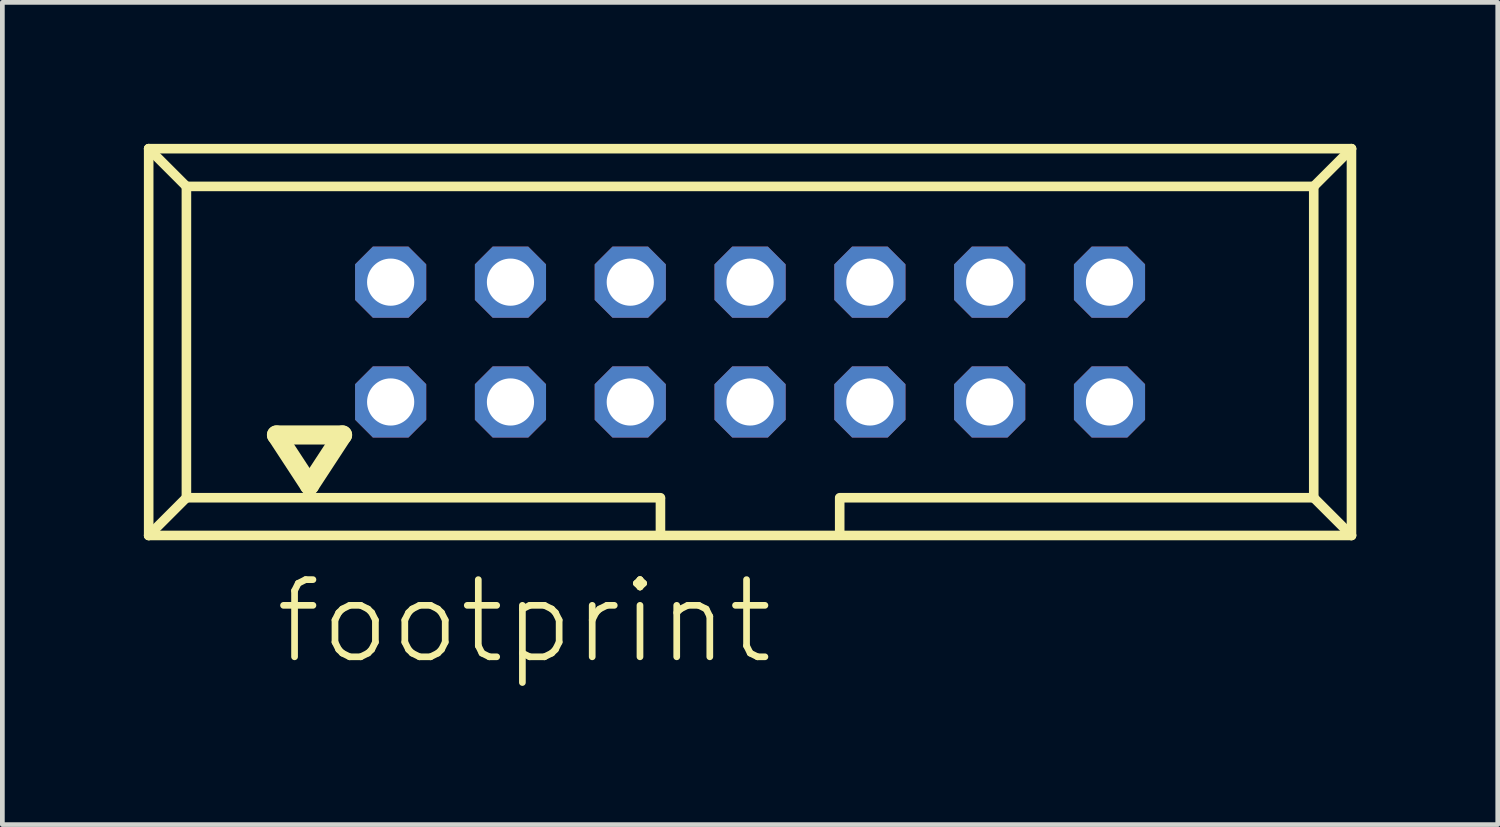
<source format=kicad_pcb>
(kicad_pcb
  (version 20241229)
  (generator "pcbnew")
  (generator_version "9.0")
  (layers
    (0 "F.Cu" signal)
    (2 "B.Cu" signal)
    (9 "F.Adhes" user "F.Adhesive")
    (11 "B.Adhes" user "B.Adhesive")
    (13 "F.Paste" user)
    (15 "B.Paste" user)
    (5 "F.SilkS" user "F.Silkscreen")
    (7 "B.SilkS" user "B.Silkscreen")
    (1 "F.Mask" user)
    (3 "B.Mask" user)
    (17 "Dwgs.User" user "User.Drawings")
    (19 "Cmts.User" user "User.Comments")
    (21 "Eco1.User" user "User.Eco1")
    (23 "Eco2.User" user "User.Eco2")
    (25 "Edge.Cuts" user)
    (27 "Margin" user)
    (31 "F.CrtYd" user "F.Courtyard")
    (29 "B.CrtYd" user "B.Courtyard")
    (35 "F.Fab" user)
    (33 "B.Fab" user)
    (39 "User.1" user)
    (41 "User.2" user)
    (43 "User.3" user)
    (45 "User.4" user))
  (footprint "footprint"
    (layer "F.Cu")
    (at 12.852 4.202)
    (property "Reference" "footprint" (at -10.14 6.88 0) (layer "F.SilkS") (effects (font (size 1.636 1.636) (thickness 0.142)) (justify left bottom)))
    (fp_line (start -12.75 -4.1) (end -11.95 -3.3) (stroke (width 0.203) (type solid)) (layer "F.SilkS"))
    (fp_line (start -12.75 4.1) (end -12.75 -4.1) (stroke (width 0.203) (type solid)) (layer "F.SilkS"))
    (fp_line (start -12.75 4.1) (end -11.95 3.3) (stroke (width 0.203) (type solid)) (layer "F.SilkS"))
    (fp_line (start -12.75 4.1) (end 12.75 4.1) (stroke (width 0.203) (type solid)) (layer "F.SilkS"))
    (fp_line (start -11.95 -3.3) (end 11.95 -3.3) (stroke (width 0.203) (type solid)) (layer "F.SilkS"))
    (fp_line (start -11.95 3.3) (end -11.95 -3.3) (stroke (width 0.203) (type solid)) (layer "F.SilkS"))
    (fp_line (start -10.04 1.97) (end -9.34 3.04) (stroke (width 0.406) (type solid)) (layer "F.SilkS"))
    (fp_line (start -9.34 3.04) (end -8.64 1.97) (stroke (width 0.406) (type solid)) (layer "F.SilkS"))
    (fp_line (start -8.64 1.97) (end -10.04 1.97) (stroke (width 0.406) (type solid)) (layer "F.SilkS"))
    (fp_line (start -1.9 3.3) (end -11.95 3.3) (stroke (width 0.203) (type solid)) (layer "F.SilkS"))
    (fp_line (start -1.9 3.32) (end -1.9 4.03) (stroke (width 0.203) (type solid)) (layer "F.SilkS"))
    (fp_line (start 1.9 3.32) (end 1.9 4.03) (stroke (width 0.203) (type solid)) (layer "F.SilkS"))
    (fp_line (start 11.95 -3.3) (end 11.95 3.3) (stroke (width 0.203) (type solid)) (layer "F.SilkS"))
    (fp_line (start 11.95 3.3) (end 1.9 3.3) (stroke (width 0.203) (type solid)) (layer "F.SilkS"))
    (fp_line (start 11.95 3.3) (end 12.75 4.1) (stroke (width 0.203) (type solid)) (layer "F.SilkS"))
    (fp_line (start 12.75 -4.1) (end -12.75 -4.1) (stroke (width 0.203) (type solid)) (layer "F.SilkS"))
    (fp_line (start 12.75 -4.1) (end 11.95 -3.3) (stroke (width 0.203) (type solid)) (layer "F.SilkS"))
    (fp_line (start 12.75 4.1) (end 12.75 -4.1) (stroke (width 0.203) (type solid)) (layer "F.SilkS"))
    (pad "1" thru_hole roundrect (at -7.62 1.27) (size 1.508 1.508) (drill 1) (layers "*.Cu" "*.Mask") (roundrect_rratio 0.25) (chamfer_ratio 0.25) (chamfer top_left top_right bottom_left bottom_right))
    (pad "2" thru_hole roundrect (at -7.62 -1.27) (size 1.508 1.508) (drill 1) (layers "*.Cu" "*.Mask") (roundrect_rratio 0.25) (chamfer_ratio 0.25) (chamfer top_left top_right bottom_left bottom_right))
    (pad "3" thru_hole roundrect (at -5.08 1.27) (size 1.508 1.508) (drill 1) (layers "*.Cu" "*.Mask") (roundrect_rratio 0.25) (chamfer_ratio 0.25) (chamfer top_left top_right bottom_left bottom_right))
    (pad "4" thru_hole roundrect (at -5.08 -1.27) (size 1.508 1.508) (drill 1) (layers "*.Cu" "*.Mask") (roundrect_rratio 0.25) (chamfer_ratio 0.25) (chamfer top_left top_right bottom_left bottom_right))
    (pad "5" thru_hole roundrect (at -2.54 1.27) (size 1.508 1.508) (drill 1) (layers "*.Cu" "*.Mask") (roundrect_rratio 0.25) (chamfer_ratio 0.25) (chamfer top_left top_right bottom_left bottom_right))
    (pad "6" thru_hole roundrect (at -2.54 -1.27) (size 1.508 1.508) (drill 1) (layers "*.Cu" "*.Mask") (roundrect_rratio 0.25) (chamfer_ratio 0.25) (chamfer top_left top_right bottom_left bottom_right))
    (pad "7" thru_hole roundrect (at 0 1.27) (size 1.508 1.508) (drill 1) (layers "*.Cu" "*.Mask") (roundrect_rratio 0.25) (chamfer_ratio 0.25) (chamfer top_left top_right bottom_left bottom_right))
    (pad "8" thru_hole roundrect (at 0 -1.27) (size 1.508 1.508) (drill 1) (layers "*.Cu" "*.Mask") (roundrect_rratio 0.25) (chamfer_ratio 0.25) (chamfer top_left top_right bottom_left bottom_right))
    (pad "9" thru_hole roundrect (at 2.54 1.27) (size 1.508 1.508) (drill 1) (layers "*.Cu" "*.Mask") (roundrect_rratio 0.25) (chamfer_ratio 0.25) (chamfer top_left top_right bottom_left bottom_right))
    (pad "10" thru_hole roundrect (at 2.54 -1.27) (size 1.508 1.508) (drill 1) (layers "*.Cu" "*.Mask") (roundrect_rratio 0.25) (chamfer_ratio 0.25) (chamfer top_left top_right bottom_left bottom_right))
    (pad "11" thru_hole roundrect (at 5.08 1.27) (size 1.508 1.508) (drill 1) (layers "*.Cu" "*.Mask") (roundrect_rratio 0.25) (chamfer_ratio 0.25) (chamfer top_left top_right bottom_left bottom_right))
    (pad "12" thru_hole roundrect (at 5.08 -1.27) (size 1.508 1.508) (drill 1) (layers "*.Cu" "*.Mask") (roundrect_rratio 0.25) (chamfer_ratio 0.25) (chamfer top_left top_right bottom_left bottom_right))
    (pad "13" thru_hole roundrect (at 7.62 1.27) (size 1.508 1.508) (drill 1) (layers "*.Cu" "*.Mask") (roundrect_rratio 0.25) (chamfer_ratio 0.25) (chamfer top_left top_right bottom_left bottom_right))
    (pad "14" thru_hole roundrect (at 7.62 -1.27) (size 1.508 1.508) (drill 1) (layers "*.Cu" "*.Mask") (roundrect_rratio 0.25) (chamfer_ratio 0.25) (chamfer top_left top_right bottom_left bottom_right)))
  (gr_rect
    (start -3 -3)
    (end 28.703 14.432)
    (stroke (width 0.1) (type default))
    (fill no)
    (layer "Edge.Cuts")))
</source>
